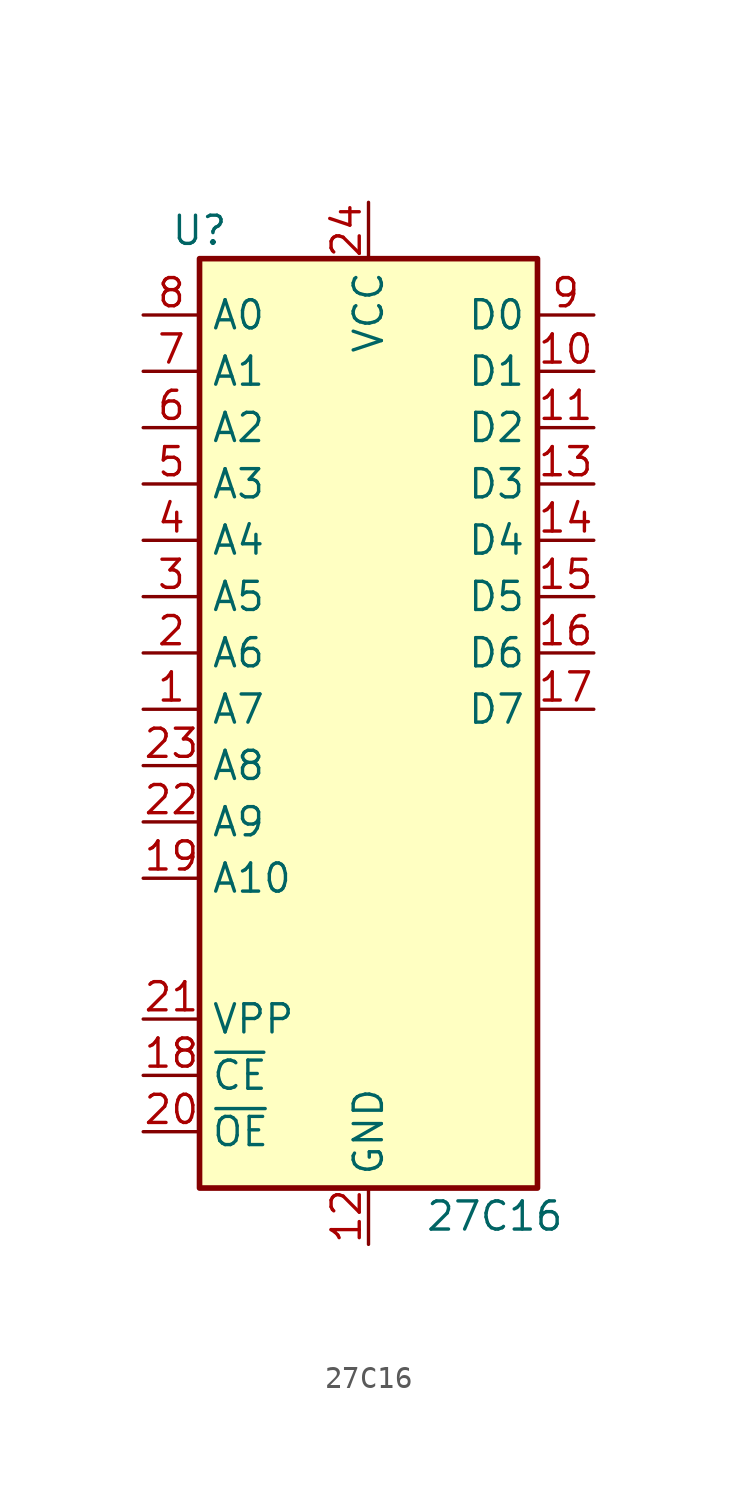
<source format=kicad_sym>
(kicad_symbol_lib
  (version 20220914)
  (generator kicad_symbol_editor)
  (symbol "27C16"
    (property "Reference" "U"
      (at -7.62 24.13 0)
      (effects (font (size 1.27 1.27))))
    (property "Value" "27C16"
      (at 2.54 -20.32 0)
      (effects (font (size 1.27 1.27)) (justify left)))
    (symbol "27C16_1_1"
      (rectangle (start -7.62 22.86) (end 7.62 -19.05) (stroke (width 0.254) (type default)) (fill (type background)))
      (pin input line (at -10.16 2.54 0) (length 2.54) (name "A7" (effects (font (size 1.27 1.27)))) (number "1" (effects (font (size 1.27 1.27)))))
      (pin tri_state line (at 10.16 17.78 180) (length 2.54) (name "D1" (effects (font (size 1.27 1.27)))) (number "10" (effects (font (size 1.27 1.27)))))
      (pin tri_state line (at 10.16 15.24 180) (length 2.54) (name "D2" (effects (font (size 1.27 1.27)))) (number "11" (effects (font (size 1.27 1.27)))))
      (pin power_in line (at 0 -21.59 90) (length 2.54) (name "GND" (effects (font (size 1.27 1.27)))) (number "12" (effects (font (size 1.27 1.27)))))
      (pin tri_state line (at 10.16 12.7 180) (length 2.54) (name "D3" (effects (font (size 1.27 1.27)))) (number "13" (effects (font (size 1.27 1.27)))))
      (pin tri_state line (at 10.16 10.16 180) (length 2.54) (name "D4" (effects (font (size 1.27 1.27)))) (number "14" (effects (font (size 1.27 1.27)))))
      (pin tri_state line (at 10.16 7.62 180) (length 2.54) (name "D5" (effects (font (size 1.27 1.27)))) (number "15" (effects (font (size 1.27 1.27)))))
      (pin tri_state line (at 10.16 5.08 180) (length 2.54) (name "D6" (effects (font (size 1.27 1.27)))) (number "16" (effects (font (size 1.27 1.27)))))
      (pin tri_state line (at 10.16 2.54 180) (length 2.54) (name "D7" (effects (font (size 1.27 1.27)))) (number "17" (effects (font (size 1.27 1.27)))))
      (pin input line (at -10.16 -13.97 0) (length 2.54) (name "~{CE}" (effects (font (size 1.27 1.27)))) (number "18" (effects (font (size 1.27 1.27)))))
      (pin input line (at -10.16 -5.08 0) (length 2.54) (name "A10" (effects (font (size 1.27 1.27)))) (number "19" (effects (font (size 1.27 1.27)))))
      (pin input line (at -10.16 5.08 0) (length 2.54) (name "A6" (effects (font (size 1.27 1.27)))) (number "2" (effects (font (size 1.27 1.27)))))
      (pin input line (at -10.16 -16.51 0) (length 2.54) (name "~{OE}" (effects (font (size 1.27 1.27)))) (number "20" (effects (font (size 1.27 1.27)))))
      (pin input line (at -10.16 -11.43 0) (length 2.54) (name "VPP" (effects (font (size 1.27 1.27)))) (number "21" (effects (font (size 1.27 1.27)))))
      (pin input line (at -10.16 -2.54 0) (length 2.54) (name "A9" (effects (font (size 1.27 1.27)))) (number "22" (effects (font (size 1.27 1.27)))))
      (pin input line (at -10.16 0 0) (length 2.54) (name "A8" (effects (font (size 1.27 1.27)))) (number "23" (effects (font (size 1.27 1.27)))))
      (pin power_in line (at 0 25.4 270) (length 2.54) (name "VCC" (effects (font (size 1.27 1.27)))) (number "24" (effects (font (size 1.27 1.27)))))
      (pin input line (at -10.16 7.62 0) (length 2.54) (name "A5" (effects (font (size 1.27 1.27)))) (number "3" (effects (font (size 1.27 1.27)))))
      (pin input line (at -10.16 10.16 0) (length 2.54) (name "A4" (effects (font (size 1.27 1.27)))) (number "4" (effects (font (size 1.27 1.27)))))
      (pin input line (at -10.16 12.7 0) (length 2.54) (name "A3" (effects (font (size 1.27 1.27)))) (number "5" (effects (font (size 1.27 1.27)))))
      (pin input line (at -10.16 15.24 0) (length 2.54) (name "A2" (effects (font (size 1.27 1.27)))) (number "6" (effects (font (size 1.27 1.27)))))
      (pin input line (at -10.16 17.78 0) (length 2.54) (name "A1" (effects (font (size 1.27 1.27)))) (number "7" (effects (font (size 1.27 1.27)))))
      (pin input line (at -10.16 20.32 0) (length 2.54) (name "A0" (effects (font (size 1.27 1.27)))) (number "8" (effects (font (size 1.27 1.27)))))
      (pin tri_state line (at 10.16 20.32 180) (length 2.54) (name "D0" (effects (font (size 1.27 1.27)))) (number "9" (effects (font (size 1.27 1.27))))))))
</source>
